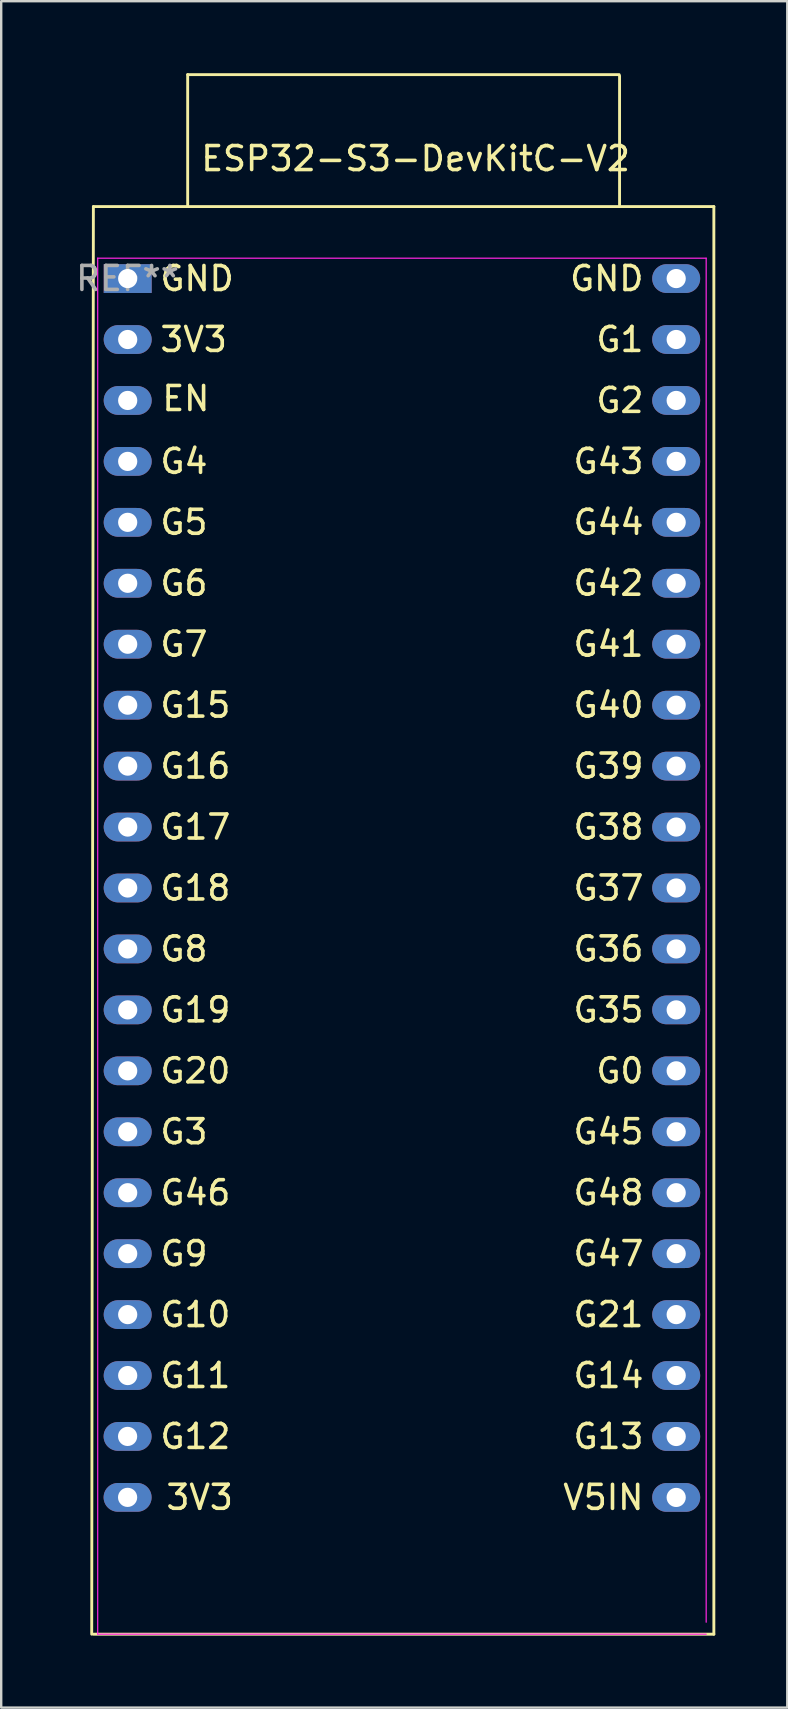
<source format=kicad_pcb>
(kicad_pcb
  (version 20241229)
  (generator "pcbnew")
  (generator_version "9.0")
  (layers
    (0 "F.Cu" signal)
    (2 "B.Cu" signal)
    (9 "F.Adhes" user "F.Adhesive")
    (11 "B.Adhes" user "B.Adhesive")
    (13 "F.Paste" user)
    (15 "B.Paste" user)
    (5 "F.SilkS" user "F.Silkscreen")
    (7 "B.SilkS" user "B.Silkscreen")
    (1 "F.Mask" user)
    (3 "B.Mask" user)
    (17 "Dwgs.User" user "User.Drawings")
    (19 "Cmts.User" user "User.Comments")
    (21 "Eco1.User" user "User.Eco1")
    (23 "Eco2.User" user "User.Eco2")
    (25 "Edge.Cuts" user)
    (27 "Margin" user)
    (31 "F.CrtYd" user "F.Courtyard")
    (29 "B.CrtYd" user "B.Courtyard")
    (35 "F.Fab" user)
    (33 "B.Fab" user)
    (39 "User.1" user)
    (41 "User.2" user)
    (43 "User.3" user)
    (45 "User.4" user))
  (footprint "ESP32-S3-DevKitC-V2"
    (layer "F.Cu")
    (at 2.272 8.56)
    (property "Reference" "ESP32-S3-DevKitC-V2" (at 12 -5 0) (layer "F.SilkS") (effects (font (size 1 1) (thickness 0.15))))
    (attr through_hole)
    (fp_line (start -1.43 -3) (end -1.5 56.5) (stroke (width 0.12) (type solid)) (layer "F.SilkS"))
    (fp_line (start -1.43 56.5) (end 24.43 56.5) (stroke (width 0.12) (type solid)) (layer "F.SilkS"))
    (fp_line (start 2.5 -8.5) (end 20.483 -8.5) (stroke (width 0.12) (type solid)) (layer "F.SilkS"))
    (fp_line (start 2.5 -3) (end 2.5 -8.5) (stroke (width 0.12) (type solid)) (layer "F.SilkS"))
    (fp_line (start 20.5 -8.446) (end 20.5 -3) (stroke (width 0.12) (type solid)) (layer "F.SilkS"))
    (fp_line (start 24.43 -3) (end -1.43 -3) (stroke (width 0.12) (type solid)) (layer "F.SilkS"))
    (fp_line (start 24.43 56.5) (end 24.43 -3) (stroke (width 0.12) (type solid)) (layer "F.SilkS"))
    (fp_line (start -1.25 -0.85) (end 24.11 -0.85) (stroke (width 0.05) (type solid)) (layer "F.CrtYd"))
    (fp_line (start -1.25 56.5) (end -1.25 -0.85) (stroke (width 0.05) (type solid)) (layer "F.CrtYd"))
    (fp_line (start 24.11 -0.85) (end 24.11 56) (stroke (width 0.05) (type solid)) (layer "F.CrtYd"))
    (fp_line (start 24.11 56.5) (end -1.25 56.5) (stroke (width 0.05) (type solid)) (layer "F.CrtYd"))
    (fp_text user "G6" (at 1.27 12.7 0) (unlocked yes) (layer "F.SilkS") (effects (font (size 1 1) (thickness 0.15)) (justify left)))
    (fp_text user "G2" (at 21.59 5.08 0) (unlocked yes) (layer "F.SilkS") (effects (font (size 1 1) (thickness 0.15)) (justify right)))
    (fp_text user "G19" (at 1.27 30.48 0) (unlocked yes) (layer "F.SilkS") (effects (font (size 1 1) (thickness 0.15)) (justify left)))
    (fp_text user "G4" (at 1.27 7.62 0) (unlocked yes) (layer "F.SilkS") (effects (font (size 1 1) (thickness 0.15)) (justify left)))
    (fp_text user "EN" (at 3.5 5 0) (unlocked yes) (layer "F.SilkS") (effects (font (size 1 1) (thickness 0.15)) (justify right)))
    (fp_text user "3V3" (at 1.52 50.797 0) (unlocked yes) (layer "F.SilkS") (effects (font (size 1 1) (thickness 0.15)) (justify left)))
    (fp_text user "G47" (at 21.59 40.64 0) (unlocked yes) (layer "F.SilkS") (effects (font (size 1 1) (thickness 0.15)) (justify right)))
    (fp_text user "G37" (at 21.59 25.4 0) (unlocked yes) (layer "F.SilkS") (effects (font (size 1 1) (thickness 0.15)) (justify right)))
    (fp_text user "G41" (at 21.59 15.24 0) (unlocked yes) (layer "F.SilkS") (effects (font (size 1 1) (thickness 0.15)) (justify right)))
    (fp_text user "G21" (at 21.59 43.18 0) (unlocked yes) (layer "F.SilkS") (effects (font (size 1 1) (thickness 0.15)) (justify right)))
    (fp_text user "G36" (at 21.59 27.94 0) (unlocked yes) (layer "F.SilkS") (effects (font (size 1 1) (thickness 0.15)) (justify right)))
    (fp_text user "G20" (at 1.27 33.02 0) (unlocked yes) (layer "F.SilkS") (effects (font (size 1 1) (thickness 0.15)) (justify left)))
    (fp_text user "G0" (at 21.59 33.02 0) (unlocked yes) (layer "F.SilkS") (effects (font (size 1 1) (thickness 0.15)) (justify right)))
    (fp_text user "3V3" (at 1.27 2.54 0) (unlocked yes) (layer "F.SilkS") (effects (font (size 1 1) (thickness 0.15)) (justify left)))
    (fp_text user "V5IN" (at 21.59 50.8 0) (unlocked yes) (layer "F.SilkS") (effects (font (size 1 1) (thickness 0.15)) (justify right)))
    (fp_text user "G14" (at 21.59 45.72 0) (unlocked yes) (layer "F.SilkS") (effects (font (size 1 1) (thickness 0.15)) (justify right)))
    (fp_text user "G12" (at 1.27 48.26 0) (unlocked yes) (layer "F.SilkS") (effects (font (size 1 1) (thickness 0.15)) (justify left)))
    (fp_text user "G38" (at 21.59 22.86 0) (unlocked yes) (layer "F.SilkS") (effects (font (size 1 1) (thickness 0.15)) (justify right)))
    (fp_text user "G42" (at 21.59 12.7 0) (unlocked yes) (layer "F.SilkS") (effects (font (size 1 1) (thickness 0.15)) (justify right)))
    (fp_text user "G15" (at 1.27 17.78 0) (unlocked yes) (layer "F.SilkS") (effects (font (size 1 1) (thickness 0.15)) (justify left)))
    (fp_text user "G3" (at 1.27 35.56 0) (unlocked yes) (layer "F.SilkS") (effects (font (size 1 1) (thickness 0.15)) (justify left)))
    (fp_text user "G9" (at 1.27 40.64 0) (unlocked yes) (layer "F.SilkS") (effects (font (size 1 1) (thickness 0.15)) (justify left)))
    (fp_text user "G35" (at 21.59 30.48 0) (unlocked yes) (layer "F.SilkS") (effects (font (size 1 1) (thickness 0.15)) (justify right)))
    (fp_text user "G5" (at 1.27 10.16 0) (unlocked yes) (layer "F.SilkS") (effects (font (size 1 1) (thickness 0.15)) (justify left)))
    (fp_text user "G7" (at 1.27 15.24 0) (unlocked yes) (layer "F.SilkS") (effects (font (size 1 1) (thickness 0.15)) (justify left)))
    (fp_text user "G11" (at 1.27 45.72 0) (unlocked yes) (layer "F.SilkS") (effects (font (size 1 1) (thickness 0.15)) (justify left)))
    (fp_text user "G40" (at 21.59 17.78 0) (unlocked yes) (layer "F.SilkS") (effects (font (size 1 1) (thickness 0.15)) (justify right)))
    (fp_text user "G13" (at 21.59 48.26 0) (unlocked yes) (layer "F.SilkS") (effects (font (size 1 1) (thickness 0.15)) (justify right)))
    (fp_text user "G10" (at 1.27 43.18 0) (unlocked yes) (layer "F.SilkS") (effects (font (size 1 1) (thickness 0.15)) (justify left)))
    (fp_text user "GND" (at 21.59 0 0) (unlocked yes) (layer "F.SilkS") (effects (font (size 1 1) (thickness 0.15)) (justify right)))
    (fp_text user "G45" (at 21.59 35.56 0) (unlocked yes) (layer "F.SilkS") (effects (font (size 1 1) (thickness 0.15)) (justify right)))
    (fp_text user "G48" (at 21.59 38.1 0) (unlocked yes) (layer "F.SilkS") (effects (font (size 1 1) (thickness 0.15)) (justify right)))
    (fp_text user "G18" (at 1.27 25.4 0) (unlocked yes) (layer "F.SilkS") (effects (font (size 1 1) (thickness 0.15)) (justify left)))
    (fp_text user "G39" (at 21.59 20.32 0) (unlocked yes) (layer "F.SilkS") (effects (font (size 1 1) (thickness 0.15)) (justify right)))
    (fp_text user "G17" (at 1.27 22.86 0) (unlocked yes) (layer "F.SilkS") (effects (font (size 1 1) (thickness 0.15)) (justify left)))
    (fp_text user "G8" (at 1.27 27.94 0) (unlocked yes) (layer "F.SilkS") (effects (font (size 1 1) (thickness 0.15)) (justify left)))
    (fp_text user "G43" (at 21.59 7.62 0) (unlocked yes) (layer "F.SilkS") (effects (font (size 1 1) (thickness 0.15)) (justify right)))
    (fp_text user "GND" (at 1.27 0 0) (unlocked yes) (layer "F.SilkS") (effects (font (size 1 1) (thickness 0.15)) (justify left)))
    (fp_text user "G16" (at 1.27 20.32 0) (unlocked yes) (layer "F.SilkS") (effects (font (size 1 1) (thickness 0.15)) (justify left)))
    (fp_text user "G46" (at 1.27 38.1 0) (unlocked yes) (layer "F.SilkS") (effects (font (size 1 1) (thickness 0.15)) (justify left)))
    (fp_text user "G44" (at 21.59 10.16 0) (unlocked yes) (layer "F.SilkS") (effects (font (size 1 1) (thickness 0.15)) (justify right)))
    (fp_text user "G1" (at 21.59 2.54 0) (unlocked yes) (layer "F.SilkS") (effects (font (size 1 1) (thickness 0.15)) (justify right)))
    (fp_text user "REF**" (at -0.004 -0.003 0) (layer "F.Fab") (effects (font (size 1 1) (thickness 0.15))))
    (pad "1" thru_hole rect (at 0 0 270) (size 1.2 2) (drill 0.8) (layers "*.Cu" "*.Mask"))
    (pad "2" thru_hole oval (at 0 2.54 270) (size 1.2 2) (drill 0.8) (layers "*.Cu" "*.Mask"))
    (pad "3" thru_hole oval (at 0 5.08 270) (size 1.2 2) (drill 0.8) (layers "*.Cu" "*.Mask"))
    (pad "4" thru_hole oval (at 0 7.62 270) (size 1.2 2) (drill 0.8) (layers "*.Cu" "*.Mask"))
    (pad "5" thru_hole oval (at 0 10.16 270) (size 1.2 2) (drill 0.8) (layers "*.Cu" "*.Mask"))
    (pad "6" thru_hole oval (at 0 12.7 270) (size 1.2 2) (drill 0.8) (layers "*.Cu" "*.Mask"))
    (pad "7" thru_hole oval (at 0 15.24 270) (size 1.2 2) (drill 0.8) (layers "*.Cu" "*.Mask"))
    (pad "8" thru_hole oval (at 0 17.78 270) (size 1.2 2) (drill 0.8) (layers "*.Cu" "*.Mask"))
    (pad "9" thru_hole oval (at 0 20.32 270) (size 1.2 2) (drill 0.8) (layers "*.Cu" "*.Mask"))
    (pad "10" thru_hole oval (at 0 22.86 270) (size 1.2 2) (drill 0.8) (layers "*.Cu" "*.Mask"))
    (pad "11" thru_hole oval (at 0 25.4 270) (size 1.2 2) (drill 0.8) (layers "*.Cu" "*.Mask"))
    (pad "12" thru_hole oval (at 0 27.94 270) (size 1.2 2) (drill 0.8) (layers "*.Cu" "*.Mask"))
    (pad "13" thru_hole oval (at 0 30.48 270) (size 1.2 2) (drill 0.8) (layers "*.Cu" "*.Mask"))
    (pad "14" thru_hole oval (at 0 33.02 270) (size 1.2 2) (drill 0.8) (layers "*.Cu" "*.Mask"))
    (pad "15" thru_hole oval (at 0 35.56 270) (size 1.2 2) (drill 0.8) (layers "*.Cu" "*.Mask"))
    (pad "16" thru_hole oval (at 0 38.1 270) (size 1.2 2) (drill 0.8) (layers "*.Cu" "*.Mask"))
    (pad "17" thru_hole oval (at 0 40.64 270) (size 1.2 2) (drill 0.8) (layers "*.Cu" "*.Mask"))
    (pad "18" thru_hole oval (at 0 43.18 270) (size 1.2 2) (drill 0.8) (layers "*.Cu" "*.Mask"))
    (pad "19" thru_hole oval (at 0 45.72 270) (size 1.2 2) (drill 0.8) (layers "*.Cu" "*.Mask"))
    (pad "20" thru_hole oval (at -0.004 48.257 270) (size 1.2 2) (drill 0.8) (layers "*.Cu" "*.Mask"))
    (pad "21" thru_hole oval (at -0.004 50.797 270) (size 1.2 2) (drill 0.8) (layers "*.Cu" "*.Mask"))
    (pad "22" thru_hole oval (at 22.86 50.8 270) (size 1.2 2) (drill 0.8) (layers "*.Cu" "*.Mask"))
    (pad "23" thru_hole oval (at 22.86 48.26 270) (size 1.2 2) (drill 0.8) (layers "*.Cu" "*.Mask"))
    (pad "24" thru_hole oval (at 22.86 45.72 270) (size 1.2 2) (drill 0.8) (layers "*.Cu" "*.Mask"))
    (pad "25" thru_hole oval (at 22.86 43.18 270) (size 1.2 2) (drill 0.8) (layers "*.Cu" "*.Mask"))
    (pad "26" thru_hole oval (at 22.86 40.64 270) (size 1.2 2) (drill 0.8) (layers "*.Cu" "*.Mask"))
    (pad "27" thru_hole oval (at 22.86 38.1 270) (size 1.2 2) (drill 0.8) (layers "*.Cu" "*.Mask"))
    (pad "28" thru_hole oval (at 22.86 35.56 270) (size 1.2 2) (drill 0.8) (layers "*.Cu" "*.Mask"))
    (pad "29" thru_hole oval (at 22.86 33.02 270) (size 1.2 2) (drill 0.8) (layers "*.Cu" "*.Mask"))
    (pad "30" thru_hole oval (at 22.86 30.48 270) (size 1.2 2) (drill 0.8) (layers "*.Cu" "*.Mask"))
    (pad "31" thru_hole oval (at 22.86 27.94 270) (size 1.2 2) (drill 0.8) (layers "*.Cu" "*.Mask"))
    (pad "32" thru_hole oval (at 22.86 25.4 270) (size 1.2 2) (drill 0.8) (layers "*.Cu" "*.Mask"))
    (pad "33" thru_hole oval (at 22.86 22.86 270) (size 1.2 2) (drill 0.8) (layers "*.Cu" "*.Mask"))
    (pad "34" thru_hole oval (at 22.86 20.32 270) (size 1.2 2) (drill 0.8) (layers "*.Cu" "*.Mask"))
    (pad "35" thru_hole oval (at 22.86 17.78 270) (size 1.2 2) (drill 0.8) (layers "*.Cu" "*.Mask"))
    (pad "36" thru_hole oval (at 22.86 15.24 270) (size 1.2 2) (drill 0.8) (layers "*.Cu" "*.Mask"))
    (pad "37" thru_hole oval (at 22.86 12.7 270) (size 1.2 2) (drill 0.8) (layers "*.Cu" "*.Mask"))
    (pad "38" thru_hole oval (at 22.86 10.16 270) (size 1.2 2) (drill 0.8) (layers "*.Cu" "*.Mask"))
    (pad "39" thru_hole oval (at 22.86 7.62 270) (size 1.2 2) (drill 0.8) (layers "*.Cu" "*.Mask"))
    (pad "40" thru_hole oval (at 22.86 5.08 270) (size 1.2 2) (drill 0.8) (layers "*.Cu" "*.Mask"))
    (pad "41" thru_hole oval (at 22.86 2.54 270) (size 1.2 2) (drill 0.8) (layers "*.Cu" "*.Mask"))
    (pad "42" thru_hole oval (at 22.86 0 270) (size 1.2 2) (drill 0.8) (layers "*.Cu" "*.Mask")))
  (gr_rect
    (start -3 -3)
    (end 29.762 68.12)
    (stroke (width 0.1) (type default))
    (fill no)
    (layer "Edge.Cuts")))
</source>
